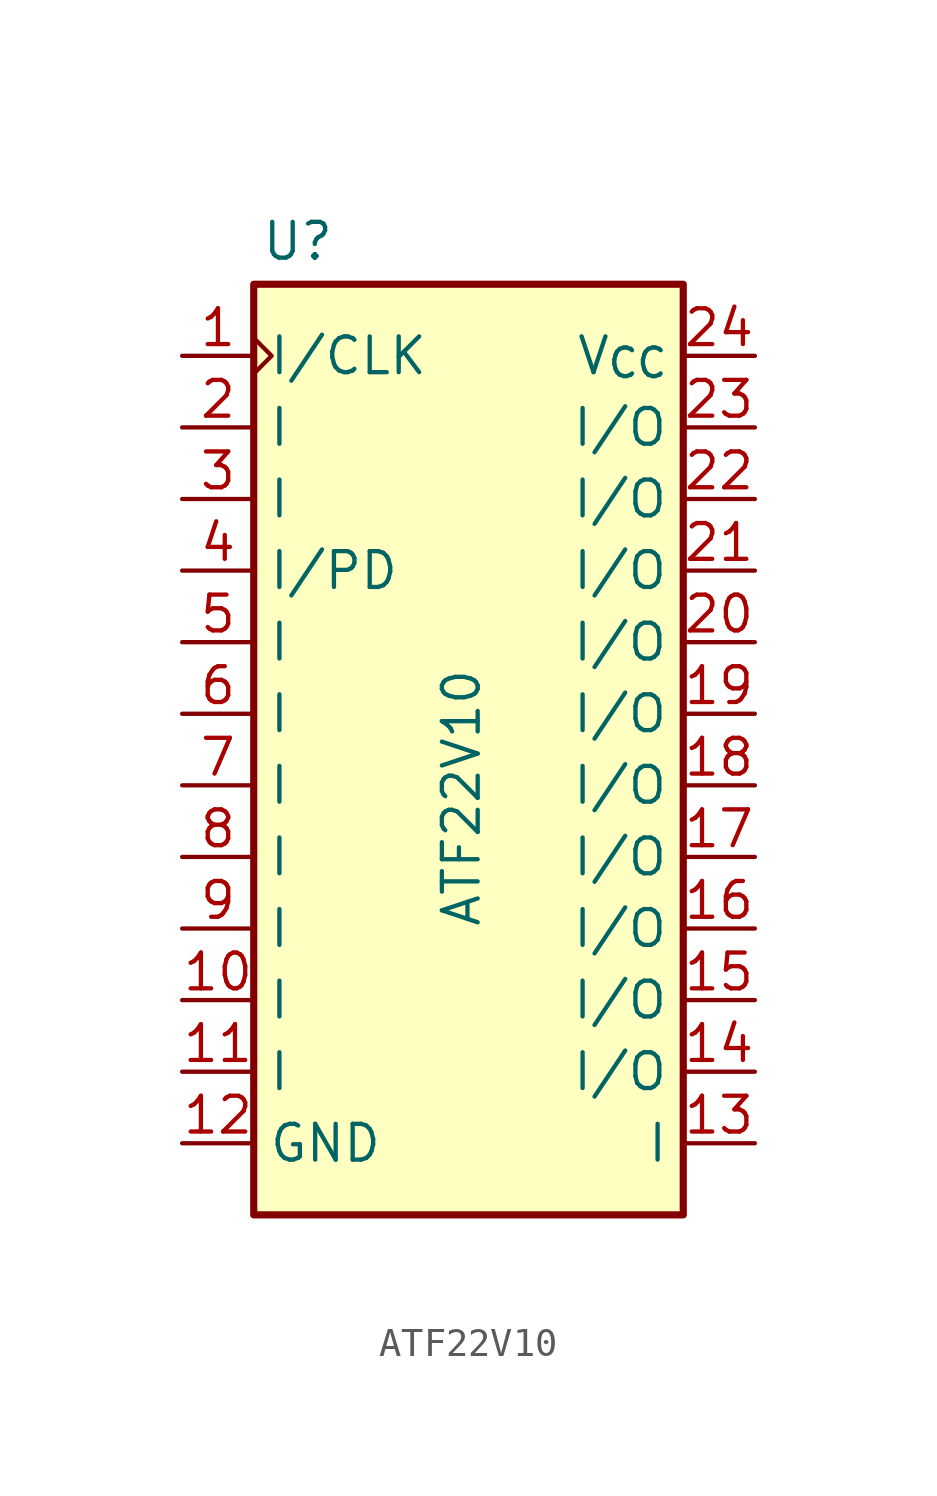
<source format=kicad_sym>
(kicad_symbol_lib
  (version 20241209)
  (generator "kicad_symbol_editor")
  (generator_version "9.0")
  (symbol "ATF22V10"
    (property "Reference" "U"
      (at -7.366 16.764 0)
      (effects (font (size 1.27 1.27)) (justify left)))
    (property "Value" "ATF22V10"
      (at -0.254 -7.62 90)
      (effects (font (size 1.27 1.27)) (justify left)))
    (symbol "ATF22V10_0_1"
      (rectangle (start -7.62 15.24) (end 7.62 -17.78) (stroke (width 0.254) (type default)) (fill (type background)))
      (polyline (pts (xy -7.62 13.335) (xy -6.985 12.7) (xy -7.62 12.065)) (stroke (width 0) (type default)) (fill (type none))))
    (symbol "ATF22V10_1_0"
      (pin power_in line (at -10.16 -15.24 0) (length 2.54) (name "GND" (effects (font (size 1.27 1.27)))) (number "12" (effects (font (size 1.27 1.27)))))
      (pin power_in line (at 10.16 12.7 180) (length 2.54) (name "V_{CC}" (effects (font (size 1.27 1.27)))) (number "24" (effects (font (size 1.27 1.27))))))
    (symbol "ATF22V10_1_1"
      (pin input line (at -10.16 12.7 0) (length 2.54) (name "I/CLK" (effects (font (size 1.27 1.27)))) (number "1" (effects (font (size 1.27 1.27)))))
      (pin input line (at -10.16 10.16 0) (length 2.54) (name "I" (effects (font (size 1.27 1.27)))) (number "2" (effects (font (size 1.27 1.27)))) (alternate "EDIT" input line))
      (pin input line (at -10.16 7.62 0) (length 2.54) (name "I" (effects (font (size 1.27 1.27)))) (number "3" (effects (font (size 1.27 1.27)))) (alternate "PV" input line))
      (pin input line (at -10.16 5.08 0) (length 2.54) (name "I/PD" (effects (font (size 1.27 1.27)))) (number "4" (effects (font (size 1.27 1.27)))) (alternate "RA0" input line))
      (pin input line (at -10.16 2.54 0) (length 2.54) (name "I" (effects (font (size 1.27 1.27)))) (number "5" (effects (font (size 1.27 1.27)))) (alternate "RA1" input line))
      (pin input line (at -10.16 0 0) (length 2.54) (name "I" (effects (font (size 1.27 1.27)))) (number "6" (effects (font (size 1.27 1.27)))) (alternate "RA2" input line))
      (pin input line (at -10.16 -2.54 0) (length 2.54) (name "I" (effects (font (size 1.27 1.27)))) (number "7" (effects (font (size 1.27 1.27)))) (alternate "RA3" input line))
      (pin input line (at -10.16 -5.08 0) (length 2.54) (name "I" (effects (font (size 1.27 1.27)))) (number "8" (effects (font (size 1.27 1.27)))) (alternate "RA4" input line))
      (pin input line (at -10.16 -7.62 0) (length 2.54) (name "I" (effects (font (size 1.27 1.27)))) (number "9" (effects (font (size 1.27 1.27)))) (alternate "RA5" input line))
      (pin input line (at -10.16 -10.16 0) (length 2.54) (name "I" (effects (font (size 1.27 1.27)))) (number "10" (effects (font (size 1.27 1.27)))) (alternate "SCLK" input line))
      (pin input line (at -10.16 -12.7 0) (length 2.54) (name "I" (effects (font (size 1.27 1.27)))) (number "11" (effects (font (size 1.27 1.27)))) (alternate "DIN" input line))
      (pin bidirectional line (at 10.16 10.16 180) (length 2.54) (name "I/O" (effects (font (size 1.27 1.27)))) (number "23" (effects (font (size 1.27 1.27)))))
      (pin bidirectional line (at 10.16 7.62 180) (length 2.54) (name "I/O" (effects (font (size 1.27 1.27)))) (number "22" (effects (font (size 1.27 1.27)))))
      (pin bidirectional line (at 10.16 5.08 180) (length 2.54) (name "I/O" (effects (font (size 1.27 1.27)))) (number "21" (effects (font (size 1.27 1.27)))))
      (pin bidirectional line (at 10.16 2.54 180) (length 2.54) (name "I/O" (effects (font (size 1.27 1.27)))) (number "20" (effects (font (size 1.27 1.27)))))
      (pin bidirectional line (at 10.16 0 180) (length 2.54) (name "I/O" (effects (font (size 1.27 1.27)))) (number "19" (effects (font (size 1.27 1.27)))))
      (pin bidirectional line (at 10.16 -2.54 180) (length 2.54) (name "I/O" (effects (font (size 1.27 1.27)))) (number "18" (effects (font (size 1.27 1.27)))))
      (pin bidirectional line (at 10.16 -5.08 180) (length 2.54) (name "I/O" (effects (font (size 1.27 1.27)))) (number "17" (effects (font (size 1.27 1.27)))))
      (pin bidirectional line (at 10.16 -7.62 180) (length 2.54) (name "I/O" (effects (font (size 1.27 1.27)))) (number "16" (effects (font (size 1.27 1.27)))))
      (pin bidirectional line (at 10.16 -10.16 180) (length 2.54) (name "I/O" (effects (font (size 1.27 1.27)))) (number "15" (effects (font (size 1.27 1.27)))))
      (pin bidirectional line (at 10.16 -12.7 180) (length 2.54) (name "I/O" (effects (font (size 1.27 1.27)))) (number "14" (effects (font (size 1.27 1.27)))) (alternate "DOUT" bidirectional line))
      (pin input line (at 10.16 -15.24 180) (length 2.54) (name "I" (effects (font (size 1.27 1.27)))) (number "13" (effects (font (size 1.27 1.27)))) (alternate "STR" input line)))))
</source>
